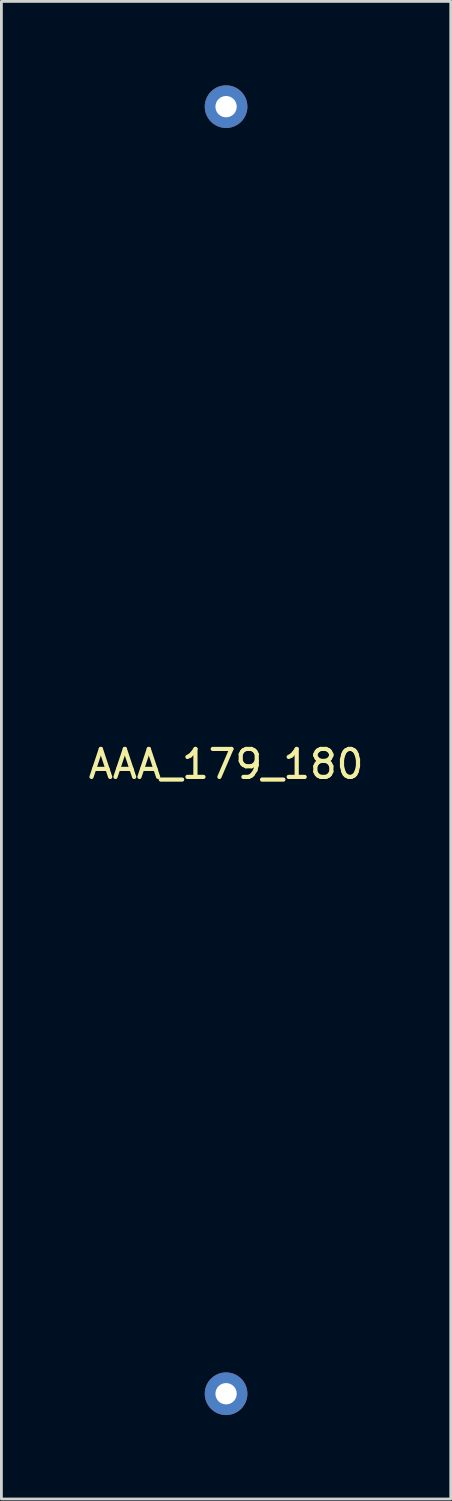
<source format=kicad_pcb>
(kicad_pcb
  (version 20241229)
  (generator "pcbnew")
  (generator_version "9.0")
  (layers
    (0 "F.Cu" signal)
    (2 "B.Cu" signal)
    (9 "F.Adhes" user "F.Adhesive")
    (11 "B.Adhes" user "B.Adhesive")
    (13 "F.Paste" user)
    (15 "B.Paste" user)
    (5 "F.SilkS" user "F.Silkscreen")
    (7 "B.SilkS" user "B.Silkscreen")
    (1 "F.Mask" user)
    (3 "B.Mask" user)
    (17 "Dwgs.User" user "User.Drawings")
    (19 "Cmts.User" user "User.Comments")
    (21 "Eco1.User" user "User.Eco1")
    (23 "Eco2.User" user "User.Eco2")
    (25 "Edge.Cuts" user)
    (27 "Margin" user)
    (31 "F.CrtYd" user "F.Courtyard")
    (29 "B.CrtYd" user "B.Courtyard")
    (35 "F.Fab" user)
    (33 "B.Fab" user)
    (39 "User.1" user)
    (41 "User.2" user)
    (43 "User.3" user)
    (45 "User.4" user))
  (footprint "AAA_179_180"
    (layer "F.Cu")
    (at 5.03 23.762)
    (property "Reference" "AAA_179_180" (at 0 0.5 0) (layer "F.SilkS") (effects (font (size 1 1) (thickness 0.15))))
    (attr through_hole)
    (pad "1" thru_hole circle (at 0 -23) (size 1.524 1.524) (drill 0.762) (layers "*.Cu" "*.Mask"))
    (pad "2" thru_hole circle (at 0 23) (size 1.524 1.524) (drill 0.762) (layers "*.Cu" "*.Mask")))
  (gr_rect
    (start -3 -3)
    (end 13.06 50.524)
    (stroke (width 0.1) (type default))
    (fill no)
    (layer "Edge.Cuts")))
</source>
